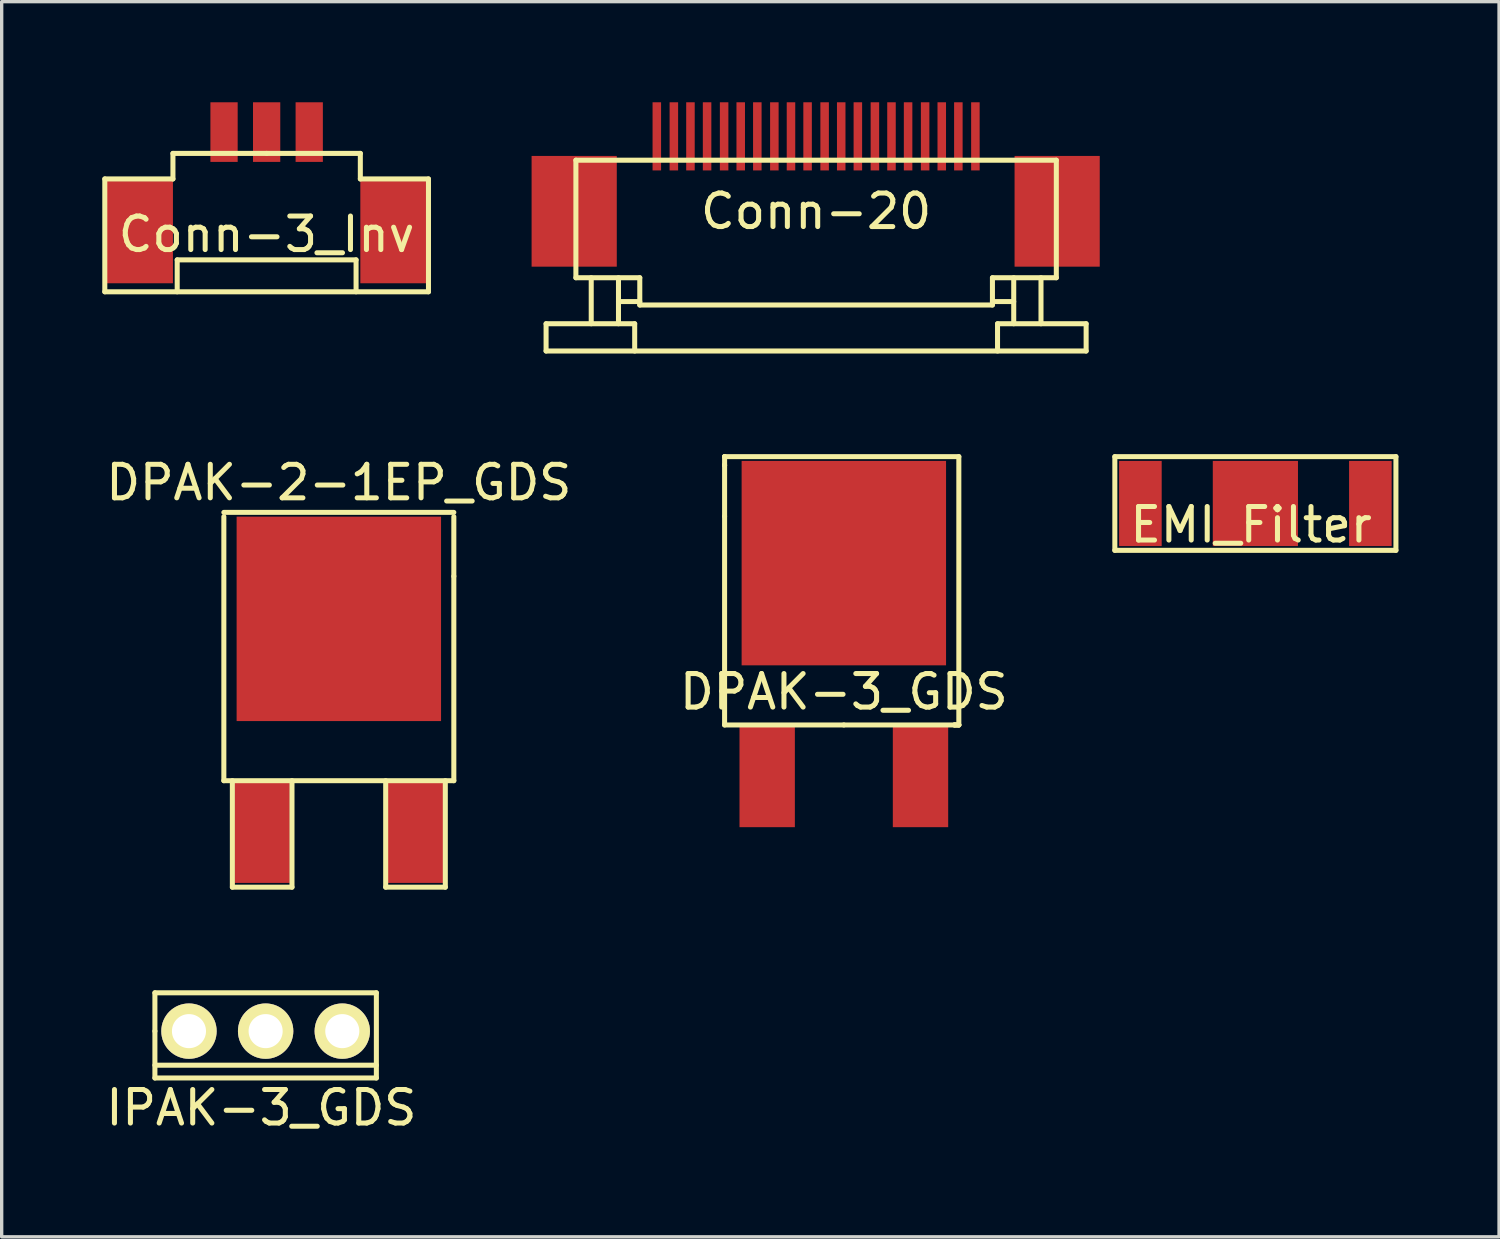
<source format=kicad_pcb>
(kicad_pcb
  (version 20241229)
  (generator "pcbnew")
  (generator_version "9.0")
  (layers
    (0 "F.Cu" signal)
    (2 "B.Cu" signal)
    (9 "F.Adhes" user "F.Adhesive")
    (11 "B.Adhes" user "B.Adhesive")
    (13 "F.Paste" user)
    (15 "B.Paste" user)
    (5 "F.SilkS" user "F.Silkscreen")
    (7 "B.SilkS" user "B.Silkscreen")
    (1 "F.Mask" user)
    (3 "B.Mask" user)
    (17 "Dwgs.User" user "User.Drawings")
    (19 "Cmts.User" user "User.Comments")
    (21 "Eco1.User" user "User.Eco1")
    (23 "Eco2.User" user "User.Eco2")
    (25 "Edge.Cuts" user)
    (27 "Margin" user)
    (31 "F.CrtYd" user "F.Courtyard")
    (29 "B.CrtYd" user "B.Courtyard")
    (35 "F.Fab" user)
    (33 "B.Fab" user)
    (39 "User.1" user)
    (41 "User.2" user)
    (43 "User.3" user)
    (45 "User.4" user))
  (footprint "DPAK-2-1EP_GDS"
    (layer "F.Cu")
    (at 7.054 21.754)
    (property "Reference" "DPAK-2-1EP_GDS" (at 0 -10.414 0) (layer "F.SilkS") (effects (font (size 1 1) (thickness 0.15))))
    (attr smd)
    (fp_line (start -3.429 -9.525) (end 3.429 -9.525) (stroke (width 0.15) (type solid)) (layer "F.SilkS"))
    (fp_line (start -3.429 -1.524) (end -3.429 -9.398) (stroke (width 0.15) (type solid)) (layer "F.SilkS"))
    (fp_line (start -3.175 -1.524) (end -3.175 1.651) (stroke (width 0.15) (type solid)) (layer "F.SilkS"))
    (fp_line (start -3.175 1.651) (end -1.397 1.651) (stroke (width 0.15) (type solid)) (layer "F.SilkS"))
    (fp_line (start -1.397 1.651) (end -1.397 -1.524) (stroke (width 0.15) (type solid)) (layer "F.SilkS"))
    (fp_line (start 1.397 -1.524) (end 1.397 1.651) (stroke (width 0.15) (type solid)) (layer "F.SilkS"))
    (fp_line (start 1.397 1.651) (end 3.175 1.651) (stroke (width 0.15) (type solid)) (layer "F.SilkS"))
    (fp_line (start 3.175 1.651) (end 3.175 -1.524) (stroke (width 0.15) (type solid)) (layer "F.SilkS"))
    (fp_line (start 3.429 -9.398) (end 3.429 -7.62) (stroke (width 0.15) (type solid)) (layer "F.SilkS"))
    (fp_line (start 3.429 -7.62) (end 3.429 -1.524) (stroke (width 0.15) (type solid)) (layer "F.SilkS"))
    (fp_line (start 3.429 -1.524) (end -3.429 -1.524) (stroke (width 0.15) (type solid)) (layer "F.SilkS"))
    (pad "D" smd rect (at 0 -6.35) (size 6.096 6.096) (layers "F.Cu" "F.Mask" "F.Paste"))
    (pad "G" smd rect (at -2.286 0) (size 1.651 3.048) (layers "F.Cu" "F.Mask" "F.Paste"))
    (pad "S" smd rect (at 2.286 0) (size 1.651 3.048) (layers "F.Cu" "F.Mask" "F.Paste")))
  (footprint "Conn-3_Inv"
    (layer "F.Cu")
    (at 4.901 4.318)
    (property "Reference" "Conn-3_Inv" (at 0 -0.381 0) (layer "F.SilkS") (effects (font (size 1 1) (thickness 0.15))))
    (attr smd)
    (fp_line (start -4.826 -2.032) (end -2.794 -2.032) (stroke (width 0.15) (type solid)) (layer "F.SilkS"))
    (fp_line (start -4.826 1.333) (end -4.826 -2.032) (stroke (width 0.15) (type solid)) (layer "F.SilkS"))
    (fp_line (start -2.794 -2.794) (end 0 -2.794) (stroke (width 0.15) (type solid)) (layer "F.SilkS"))
    (fp_line (start -2.794 -2.032) (end -2.794 -2.794) (stroke (width 0.15) (type solid)) (layer "F.SilkS"))
    (fp_line (start -2.667 0.381) (end -2.667 1.333) (stroke (width 0.15) (type solid)) (layer "F.SilkS"))
    (fp_line (start 0 -2.794) (end 2.794 -2.794) (stroke (width 0.15) (type solid)) (layer "F.SilkS"))
    (fp_line (start 2.667 0.381) (end -2.667 0.381) (stroke (width 0.15) (type solid)) (layer "F.SilkS"))
    (fp_line (start 2.667 1.333) (end 2.667 0.381) (stroke (width 0.15) (type solid)) (layer "F.SilkS"))
    (fp_line (start 2.794 -2.794) (end 2.794 -2.032) (stroke (width 0.15) (type solid)) (layer "F.SilkS"))
    (fp_line (start 2.794 -2.032) (end 4.826 -2.032) (stroke (width 0.15) (type solid)) (layer "F.SilkS"))
    (fp_line (start 4.826 -2.032) (end 4.826 1.333) (stroke (width 0.15) (type solid)) (layer "F.SilkS"))
    (fp_line (start 4.826 1.333) (end -4.826 1.333) (stroke (width 0.15) (type solid)) (layer "F.SilkS"))
    (pad "" smd rect (at -3.81 -0.445) (size 2.032 3.048) (layers "F.Cu" "F.Mask" "F.Paste"))
    (pad "" smd rect (at 3.81 -0.445) (size 2.032 3.048) (layers "F.Cu" "F.Mask" "F.Paste"))
    (pad "1" smd rect (at 1.27 -3.429) (size 0.813 1.778) (layers "F.Cu" "F.Mask" "F.Paste"))
    (pad "2" smd rect (at 0 -3.429) (size 0.813 1.778) (layers "F.Cu" "F.Mask" "F.Paste"))
    (pad "3" smd rect (at -1.27 -3.429) (size 0.813 1.778) (layers "F.Cu" "F.Mask" "F.Paste")))
  (footprint "Conn-20"
    (layer "F.Cu")
    (at 21.286 4.267)
    (property "Reference" "Conn-20" (at 0 -1.016 0) (layer "F.SilkS") (effects (font (size 1 1) (thickness 0.15))))
    (attr smd)
    (fp_line (start -8.052 2.337) (end -5.41 2.337) (stroke (width 0.15) (type solid)) (layer "F.SilkS"))
    (fp_line (start -8.052 3.15) (end -8.052 2.337) (stroke (width 0.15) (type solid)) (layer "F.SilkS"))
    (fp_line (start -8.052 3.15) (end 8.052 3.15) (stroke (width 0.15) (type solid)) (layer "F.SilkS"))
    (fp_line (start -7.163 -2.54) (end -7.163 0.965) (stroke (width 0.15) (type solid)) (layer "F.SilkS"))
    (fp_line (start -7.163 -2.54) (end 7.163 -2.54) (stroke (width 0.15) (type solid)) (layer "F.SilkS"))
    (fp_line (start -7.163 0.965) (end -5.258 0.965) (stroke (width 0.15) (type solid)) (layer "F.SilkS"))
    (fp_line (start -6.706 0.965) (end -6.706 2.337) (stroke (width 0.15) (type solid)) (layer "F.SilkS"))
    (fp_line (start -5.893 0.965) (end -5.893 2.337) (stroke (width 0.15) (type solid)) (layer "F.SilkS"))
    (fp_line (start -5.41 2.337) (end -5.41 3.15) (stroke (width 0.15) (type solid)) (layer "F.SilkS"))
    (fp_line (start -5.258 0.965) (end -5.258 1.778) (stroke (width 0.15) (type solid)) (layer "F.SilkS"))
    (fp_line (start -5.258 1.676) (end -5.893 1.676) (stroke (width 0.15) (type solid)) (layer "F.SilkS"))
    (fp_line (start -5.258 1.778) (end 5.258 1.778) (stroke (width 0.15) (type solid)) (layer "F.SilkS"))
    (fp_line (start 5.258 0.965) (end 7.163 0.965) (stroke (width 0.15) (type solid)) (layer "F.SilkS"))
    (fp_line (start 5.258 1.676) (end 5.893 1.676) (stroke (width 0.15) (type solid)) (layer "F.SilkS"))
    (fp_line (start 5.258 1.778) (end 5.258 0.965) (stroke (width 0.15) (type solid)) (layer "F.SilkS"))
    (fp_line (start 5.41 2.337) (end 5.41 3.15) (stroke (width 0.15) (type solid)) (layer "F.SilkS"))
    (fp_line (start 5.893 0.965) (end 5.893 2.337) (stroke (width 0.15) (type solid)) (layer "F.SilkS"))
    (fp_line (start 6.706 0.965) (end 6.706 2.337) (stroke (width 0.15) (type solid)) (layer "F.SilkS"))
    (fp_line (start 7.163 0.965) (end 7.163 -2.54) (stroke (width 0.15) (type solid)) (layer "F.SilkS"))
    (fp_line (start 8.052 2.337) (end 5.41 2.337) (stroke (width 0.15) (type solid)) (layer "F.SilkS"))
    (fp_line (start 8.052 3.15) (end 8.052 2.337) (stroke (width 0.15) (type solid)) (layer "F.SilkS"))
    (pad "" smd rect (at -7.214 -1.016) (size 2.54 3.302) (layers "F.Cu" "F.Mask" "F.Paste"))
    (pad "" smd rect (at 7.188 -1.016) (size 2.54 3.302) (layers "F.Cu" "F.Mask" "F.Paste"))
    (pad "1" smd rect (at -4.75 -3.251) (size 0.254 2.032) (layers "F.Cu" "F.Mask" "F.Paste"))
    (pad "2" smd rect (at -4.242 -3.251) (size 0.254 2.032) (layers "F.Cu" "F.Mask" "F.Paste"))
    (pad "3" smd rect (at -3.747 -3.251) (size 0.254 2.032) (layers "F.Cu" "F.Mask" "F.Paste"))
    (pad "4" smd rect (at -3.251 -3.251) (size 0.254 2.032) (layers "F.Cu" "F.Mask" "F.Paste"))
    (pad "5" smd rect (at -2.743 -3.251) (size 0.254 2.032) (layers "F.Cu" "F.Mask" "F.Paste"))
    (pad "6" smd rect (at -2.248 -3.251) (size 0.254 2.032) (layers "F.Cu" "F.Mask" "F.Paste"))
    (pad "7" smd rect (at -1.753 -3.251) (size 0.254 2.032) (layers "F.Cu" "F.Mask" "F.Paste"))
    (pad "8" smd rect (at -1.245 -3.251) (size 0.254 2.032) (layers "F.Cu" "F.Mask" "F.Paste"))
    (pad "9" smd rect (at -0.749 -3.251) (size 0.254 2.032) (layers "F.Cu" "F.Mask" "F.Paste"))
    (pad "10" smd rect (at -0.254 -3.251) (size 0.254 2.032) (layers "F.Cu" "F.Mask" "F.Paste"))
    (pad "11" smd rect (at 0.254 -3.251) (size 0.254 2.032) (layers "F.Cu" "F.Mask" "F.Paste"))
    (pad "12" smd rect (at 0.749 -3.251) (size 0.254 2.032) (layers "F.Cu" "F.Mask" "F.Paste"))
    (pad "13" smd rect (at 1.245 -3.251) (size 0.254 2.032) (layers "F.Cu" "F.Mask" "F.Paste"))
    (pad "14" smd rect (at 1.753 -3.251) (size 0.254 2.032) (layers "F.Cu" "F.Mask" "F.Paste"))
    (pad "15" smd rect (at 2.248 -3.251) (size 0.254 2.032) (layers "F.Cu" "F.Mask" "F.Paste"))
    (pad "16" smd rect (at 2.743 -3.251) (size 0.254 2.032) (layers "F.Cu" "F.Mask" "F.Paste"))
    (pad "17" smd rect (at 3.251 -3.251) (size 0.254 2.032) (layers "F.Cu" "F.Mask" "F.Paste"))
    (pad "18" smd rect (at 3.747 -3.251) (size 0.254 2.032) (layers "F.Cu" "F.Mask" "F.Paste"))
    (pad "19" smd rect (at 4.242 -3.251) (size 0.254 2.032) (layers "F.Cu" "F.Mask" "F.Paste"))
    (pad "20" smd rect (at 4.75 -3.251) (size 0.254 2.032) (layers "F.Cu" "F.Mask" "F.Paste")))
  (footprint "DPAK-3_GDS"
    (layer "F.Cu")
    (at 22.113 17.679)
    (property "Reference" "DPAK-3_GDS" (at 0 -0.099 0) (layer "F.SilkS") (effects (font (size 1 1) (thickness 0.15))))
    (attr smd)
    (fp_line (start -3.556 -7.112) (end -3.556 -7.112) (stroke (width 0.15) (type solid)) (layer "F.SilkS"))
    (fp_line (start -3.556 -7.112) (end -3.556 -7.112) (stroke (width 0.15) (type solid)) (layer "F.SilkS"))
    (fp_line (start -3.556 -6.858) (end -3.556 -7.112) (stroke (width 0.15) (type solid)) (layer "F.SilkS"))
    (fp_line (start -3.556 -6.858) (end -3.556 -6.858) (stroke (width 0.15) (type solid)) (layer "F.SilkS"))
    (fp_line (start -3.556 -6.858) (end -3.556 -6.858) (stroke (width 0.15) (type solid)) (layer "F.SilkS"))
    (fp_line (start -3.556 -5.334) (end -3.556 -6.858) (stroke (width 0.15) (type solid)) (layer "F.SilkS"))
    (fp_line (start -3.556 -5.334) (end -3.556 0.889) (stroke (width 0.15) (type solid)) (layer "F.SilkS"))
    (fp_line (start -3.556 0.889) (end 0 0.889) (stroke (width 0.15) (type solid)) (layer "F.SilkS"))
    (fp_line (start 0 0.889) (end 3.429 0.889) (stroke (width 0.15) (type solid)) (layer "F.SilkS"))
    (fp_line (start 3.302 0.889) (end 3.302 0.889) (stroke (width 0.15) (type solid)) (layer "F.SilkS"))
    (fp_line (start 3.302 0.889) (end 3.429 0.889) (stroke (width 0.15) (type solid)) (layer "F.SilkS"))
    (fp_line (start 3.429 -7.112) (end -3.556 -7.112) (stroke (width 0.15) (type solid)) (layer "F.SilkS"))
    (fp_line (start 3.429 0.889) (end 3.302 0.889) (stroke (width 0.15) (type solid)) (layer "F.SilkS"))
    (fp_line (start 3.429 0.889) (end 3.429 -7.112) (stroke (width 0.15) (type solid)) (layer "F.SilkS"))
    (pad "D" smd rect (at 0 -3.937) (size 6.096 6.096) (layers "F.Cu" "F.Mask" "F.Paste"))
    (pad "G" smd rect (at -2.286 2.413) (size 1.651 3.048) (layers "F.Cu" "F.Mask" "F.Paste"))
    (pad "S" smd rect (at 2.286 2.413) (size 1.651 3.048) (layers "F.Cu" "F.Mask" "F.Paste")))
  (footprint "EMI_Filter"
    (layer "F.Cu")
    (at 34.385 11.964)
    (property "Reference" "EMI_Filter" (at -0.127 0.635 0) (layer "F.SilkS") (effects (font (size 1 1) (thickness 0.15))))
    (attr through_hole)
    (fp_line (start -4.191 -1.397) (end -4.191 1.397) (stroke (width 0.15) (type solid)) (layer "F.SilkS"))
    (fp_line (start -4.191 1.397) (end 4.191 1.397) (stroke (width 0.15) (type solid)) (layer "F.SilkS"))
    (fp_line (start 4.191 -1.397) (end -4.191 -1.397) (stroke (width 0.15) (type solid)) (layer "F.SilkS"))
    (fp_line (start 4.191 1.397) (end 4.191 -1.397) (stroke (width 0.15) (type solid)) (layer "F.SilkS"))
    (pad "GND" smd rect (at 0 0) (size 2.54 2.54) (layers "F.Cu" "F.Mask" "F.Paste"))
    (pad "VI" smd rect (at -3.429 0) (size 1.27 2.54) (layers "F.Cu" "F.Mask" "F.Paste"))
    (pad "VO" smd rect (at 3.429 0) (size 1.27 2.54) (layers "F.Cu" "F.Mask" "F.Paste")))
  (footprint "IPAK-3_GDS"
    (layer "F.Cu")
    (at 4.871 27.698)
    (property "Reference" "IPAK-3_GDS" (at -0.127 2.286 0) (layer "F.SilkS") (effects (font (size 1 1) (thickness 0.15))))
    (attr through_hole)
    (fp_line (start -3.302 -1.143) (end -3.302 0) (stroke (width 0.15) (type solid)) (layer "F.SilkS"))
    (fp_line (start -3.302 0) (end -3.302 1.397) (stroke (width 0.15) (type solid)) (layer "F.SilkS"))
    (fp_line (start -3.302 1.016) (end 3.302 1.016) (stroke (width 0.15) (type solid)) (layer "F.SilkS"))
    (fp_line (start -3.302 1.397) (end 3.302 1.397) (stroke (width 0.15) (type solid)) (layer "F.SilkS"))
    (fp_line (start 3.302 -1.143) (end -3.302 -1.143) (stroke (width 0.15) (type solid)) (layer "F.SilkS"))
    (fp_line (start 3.302 1.397) (end 3.302 -1.143) (stroke (width 0.15) (type solid)) (layer "F.SilkS"))
    (pad "D" thru_hole circle (at 0 0) (size 1.651 1.651) (drill 1.016) (layers "*.Cu" "*.Mask" "F.SilkS"))
    (pad "G" thru_hole circle (at 2.286 0) (size 1.651 1.651) (drill 1.016) (layers "*.Cu" "*.Mask" "F.SilkS"))
    (pad "S" thru_hole circle (at -2.286 0) (size 1.651 1.651) (drill 1.016) (layers "*.Cu" "*.Mask" "F.SilkS")))
  (gr_rect
    (start -3 -3)
    (end 41.651 33.832)
    (stroke (width 0.1) (type default))
    (fill no)
    (layer "Edge.Cuts")))
</source>
